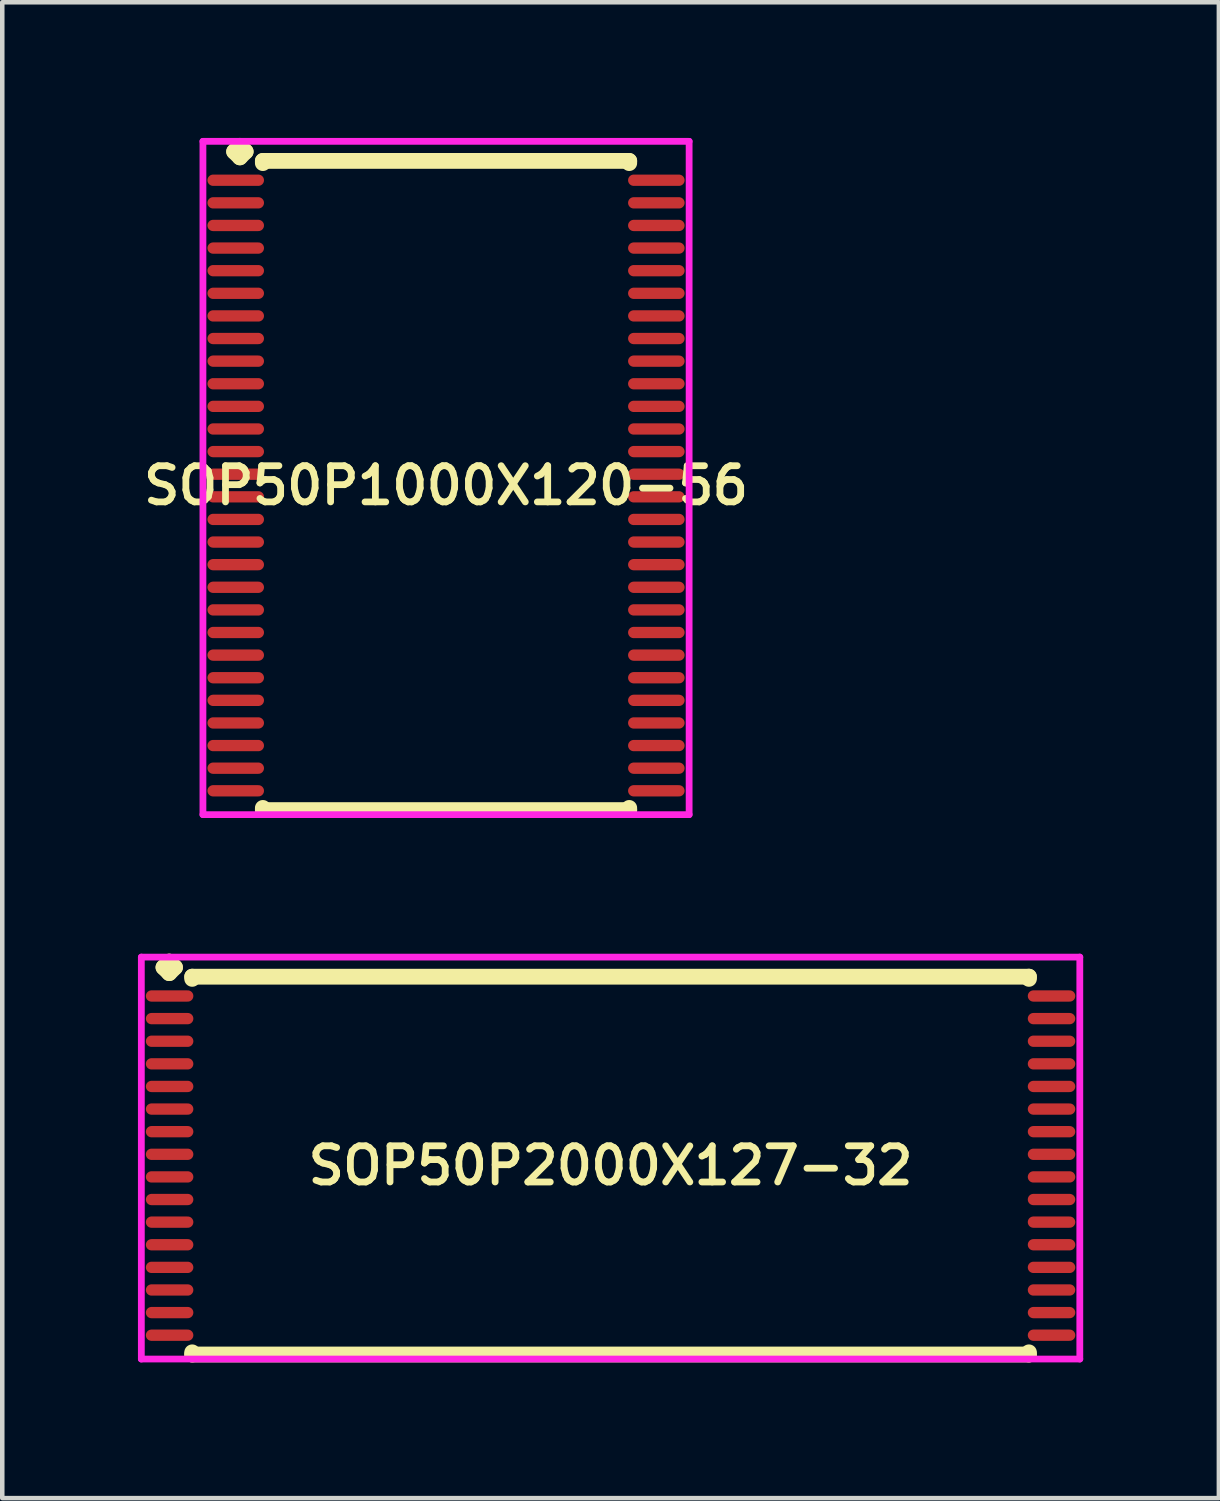
<source format=kicad_pcb>
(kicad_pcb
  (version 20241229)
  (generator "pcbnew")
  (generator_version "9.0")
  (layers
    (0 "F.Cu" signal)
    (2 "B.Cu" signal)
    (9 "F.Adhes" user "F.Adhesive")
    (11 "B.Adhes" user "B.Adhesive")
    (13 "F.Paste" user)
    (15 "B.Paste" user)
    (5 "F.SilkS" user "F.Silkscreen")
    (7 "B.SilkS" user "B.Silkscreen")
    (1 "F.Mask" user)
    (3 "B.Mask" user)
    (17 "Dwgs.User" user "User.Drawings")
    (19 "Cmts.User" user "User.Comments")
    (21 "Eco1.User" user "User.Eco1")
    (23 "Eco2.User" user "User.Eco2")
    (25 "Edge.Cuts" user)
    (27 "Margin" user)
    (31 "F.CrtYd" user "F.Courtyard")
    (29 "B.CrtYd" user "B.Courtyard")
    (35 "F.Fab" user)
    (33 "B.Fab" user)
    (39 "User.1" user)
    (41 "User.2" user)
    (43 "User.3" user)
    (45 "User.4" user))
  (footprint "SOP50P1000X120-56"
    (layer "F.Cu")
    (at 6.812 7.685)
    (property "Reference" "SOP50P1000X120-56" (at 0 0 0) (layer "F.SilkS") (effects (font (size 0.8 0.8) (thickness 0.15))))
    (attr smd)
    (fp_line (start -4.685 -7.383) (end -4.558 -7.51) (stroke (width 0.35) (type solid)) (layer "F.SilkS"))
    (fp_line (start -4.558 -7.51) (end -4.431 -7.383) (stroke (width 0.35) (type solid)) (layer "F.SilkS"))
    (fp_line (start -4.558 -7.256) (end -4.685 -7.383) (stroke (width 0.35) (type solid)) (layer "F.SilkS"))
    (fp_line (start -4.431 -7.383) (end -4.558 -7.256) (stroke (width 0.35) (type solid)) (layer "F.SilkS"))
    (fp_line (start -4.05 -7.177) (end 4.05 -7.177) (stroke (width 0.35) (type solid)) (layer "F.SilkS"))
    (fp_line (start -4.05 -7.129) (end -4.05 -7.177) (stroke (width 0.35) (type solid)) (layer "F.SilkS"))
    (fp_line (start -4.05 7.129) (end -4.05 7.177) (stroke (width 0.35) (type solid)) (layer "F.SilkS"))
    (fp_line (start -4.05 7.177) (end 4.05 7.177) (stroke (width 0.35) (type solid)) (layer "F.SilkS"))
    (fp_line (start 4.05 -7.177) (end 4.05 -7.129) (stroke (width 0.35) (type solid)) (layer "F.SilkS"))
    (fp_line (start 4.05 7.177) (end 4.05 7.129) (stroke (width 0.35) (type solid)) (layer "F.SilkS"))
    (fp_line (start -5.375 -7.61) (end 5.375 -7.61) (stroke (width 0.15) (type solid)) (layer "F.CrtYd"))
    (fp_line (start -5.375 7.277) (end -5.375 -7.61) (stroke (width 0.15) (type solid)) (layer "F.CrtYd"))
    (fp_line (start 5.375 -7.61) (end 5.375 7.277) (stroke (width 0.15) (type solid)) (layer "F.CrtYd"))
    (fp_line (start 5.375 7.277) (end -5.375 7.277) (stroke (width 0.15) (type solid)) (layer "F.CrtYd"))
    (pad "1" smd oval (at -4.65 -6.75) (size 1.25 0.25) (layers "F.Cu" "F.Mask" "F.Paste"))
    (pad "2" smd oval (at -4.65 -6.25) (size 1.25 0.25) (layers "F.Cu" "F.Mask" "F.Paste"))
    (pad "3" smd oval (at -4.65 -5.75) (size 1.25 0.25) (layers "F.Cu" "F.Mask" "F.Paste"))
    (pad "4" smd oval (at -4.65 -5.25) (size 1.25 0.25) (layers "F.Cu" "F.Mask" "F.Paste"))
    (pad "5" smd oval (at -4.65 -4.75) (size 1.25 0.25) (layers "F.Cu" "F.Mask" "F.Paste"))
    (pad "6" smd oval (at -4.65 -4.25) (size 1.25 0.25) (layers "F.Cu" "F.Mask" "F.Paste"))
    (pad "7" smd oval (at -4.65 -3.75) (size 1.25 0.25) (layers "F.Cu" "F.Mask" "F.Paste"))
    (pad "8" smd oval (at -4.65 -3.25) (size 1.25 0.25) (layers "F.Cu" "F.Mask" "F.Paste"))
    (pad "9" smd oval (at -4.65 -2.75) (size 1.25 0.25) (layers "F.Cu" "F.Mask" "F.Paste"))
    (pad "10" smd oval (at -4.65 -2.25) (size 1.25 0.25) (layers "F.Cu" "F.Mask" "F.Paste"))
    (pad "11" smd oval (at -4.65 -1.75) (size 1.25 0.25) (layers "F.Cu" "F.Mask" "F.Paste"))
    (pad "12" smd oval (at -4.65 -1.25) (size 1.25 0.25) (layers "F.Cu" "F.Mask" "F.Paste"))
    (pad "13" smd oval (at -4.65 -0.75) (size 1.25 0.25) (layers "F.Cu" "F.Mask" "F.Paste"))
    (pad "14" smd oval (at -4.65 -0.25) (size 1.25 0.25) (layers "F.Cu" "F.Mask" "F.Paste"))
    (pad "15" smd oval (at -4.65 0.25) (size 1.25 0.25) (layers "F.Cu" "F.Mask" "F.Paste"))
    (pad "16" smd oval (at -4.65 0.75) (size 1.25 0.25) (layers "F.Cu" "F.Mask" "F.Paste"))
    (pad "17" smd oval (at -4.65 1.25) (size 1.25 0.25) (layers "F.Cu" "F.Mask" "F.Paste"))
    (pad "18" smd oval (at -4.65 1.75) (size 1.25 0.25) (layers "F.Cu" "F.Mask" "F.Paste"))
    (pad "19" smd oval (at -4.65 2.25) (size 1.25 0.25) (layers "F.Cu" "F.Mask" "F.Paste"))
    (pad "20" smd oval (at -4.65 2.75) (size 1.25 0.25) (layers "F.Cu" "F.Mask" "F.Paste"))
    (pad "21" smd oval (at -4.65 3.25) (size 1.25 0.25) (layers "F.Cu" "F.Mask" "F.Paste"))
    (pad "22" smd oval (at -4.65 3.75) (size 1.25 0.25) (layers "F.Cu" "F.Mask" "F.Paste"))
    (pad "23" smd oval (at -4.65 4.25) (size 1.25 0.25) (layers "F.Cu" "F.Mask" "F.Paste"))
    (pad "24" smd oval (at -4.65 4.75) (size 1.25 0.25) (layers "F.Cu" "F.Mask" "F.Paste"))
    (pad "25" smd oval (at -4.65 5.25) (size 1.25 0.25) (layers "F.Cu" "F.Mask" "F.Paste"))
    (pad "26" smd oval (at -4.65 5.75) (size 1.25 0.25) (layers "F.Cu" "F.Mask" "F.Paste"))
    (pad "27" smd oval (at -4.65 6.25) (size 1.25 0.25) (layers "F.Cu" "F.Mask" "F.Paste"))
    (pad "28" smd oval (at -4.65 6.75) (size 1.25 0.25) (layers "F.Cu" "F.Mask" "F.Paste"))
    (pad "29" smd oval (at 4.65 6.75) (size 1.25 0.25) (layers "F.Cu" "F.Mask" "F.Paste"))
    (pad "30" smd oval (at 4.65 6.25) (size 1.25 0.25) (layers "F.Cu" "F.Mask" "F.Paste"))
    (pad "31" smd oval (at 4.65 5.75) (size 1.25 0.25) (layers "F.Cu" "F.Mask" "F.Paste"))
    (pad "32" smd oval (at 4.65 5.25) (size 1.25 0.25) (layers "F.Cu" "F.Mask" "F.Paste"))
    (pad "33" smd oval (at 4.65 4.75) (size 1.25 0.25) (layers "F.Cu" "F.Mask" "F.Paste"))
    (pad "34" smd oval (at 4.65 4.25) (size 1.25 0.25) (layers "F.Cu" "F.Mask" "F.Paste"))
    (pad "35" smd oval (at 4.65 3.75) (size 1.25 0.25) (layers "F.Cu" "F.Mask" "F.Paste"))
    (pad "36" smd oval (at 4.65 3.25) (size 1.25 0.25) (layers "F.Cu" "F.Mask" "F.Paste"))
    (pad "37" smd oval (at 4.65 2.75) (size 1.25 0.25) (layers "F.Cu" "F.Mask" "F.Paste"))
    (pad "38" smd oval (at 4.65 2.25) (size 1.25 0.25) (layers "F.Cu" "F.Mask" "F.Paste"))
    (pad "39" smd oval (at 4.65 1.75) (size 1.25 0.25) (layers "F.Cu" "F.Mask" "F.Paste"))
    (pad "40" smd oval (at 4.65 1.25) (size 1.25 0.25) (layers "F.Cu" "F.Mask" "F.Paste"))
    (pad "41" smd oval (at 4.65 0.75) (size 1.25 0.25) (layers "F.Cu" "F.Mask" "F.Paste"))
    (pad "42" smd oval (at 4.65 0.25) (size 1.25 0.25) (layers "F.Cu" "F.Mask" "F.Paste"))
    (pad "43" smd oval (at 4.65 -0.25) (size 1.25 0.25) (layers "F.Cu" "F.Mask" "F.Paste"))
    (pad "44" smd oval (at 4.65 -0.75) (size 1.25 0.25) (layers "F.Cu" "F.Mask" "F.Paste"))
    (pad "45" smd oval (at 4.65 -1.25) (size 1.25 0.25) (layers "F.Cu" "F.Mask" "F.Paste"))
    (pad "46" smd oval (at 4.65 -1.75) (size 1.25 0.25) (layers "F.Cu" "F.Mask" "F.Paste"))
    (pad "47" smd oval (at 4.65 -2.25) (size 1.25 0.25) (layers "F.Cu" "F.Mask" "F.Paste"))
    (pad "48" smd oval (at 4.65 -2.75) (size 1.25 0.25) (layers "F.Cu" "F.Mask" "F.Paste"))
    (pad "49" smd oval (at 4.65 -3.25) (size 1.25 0.25) (layers "F.Cu" "F.Mask" "F.Paste"))
    (pad "50" smd oval (at 4.65 -3.75) (size 1.25 0.25) (layers "F.Cu" "F.Mask" "F.Paste"))
    (pad "51" smd oval (at 4.65 -4.25) (size 1.25 0.25) (layers "F.Cu" "F.Mask" "F.Paste"))
    (pad "52" smd oval (at 4.65 -4.75) (size 1.25 0.25) (layers "F.Cu" "F.Mask" "F.Paste"))
    (pad "53" smd oval (at 4.65 -5.25) (size 1.25 0.25) (layers "F.Cu" "F.Mask" "F.Paste"))
    (pad "54" smd oval (at 4.65 -5.75) (size 1.25 0.25) (layers "F.Cu" "F.Mask" "F.Paste"))
    (pad "55" smd oval (at 4.65 -6.25) (size 1.25 0.25) (layers "F.Cu" "F.Mask" "F.Paste"))
    (pad "56" smd oval (at 4.65 -6.75) (size 1.25 0.25) (layers "F.Cu" "F.Mask" "F.Paste")))
  (footprint "SOP50P2000X127-32"
    (layer "F.Cu")
    (at 10.45 22.722)
    (property "Reference" "SOP50P2000X127-32" (at 0 0 0) (layer "F.SilkS") (effects (font (size 0.8 0.8) (thickness 0.15))))
    (attr smd)
    (fp_line (start -9.885 -4.383) (end -9.758 -4.51) (stroke (width 0.35) (type solid)) (layer "F.SilkS"))
    (fp_line (start -9.758 -4.51) (end -9.631 -4.383) (stroke (width 0.35) (type solid)) (layer "F.SilkS"))
    (fp_line (start -9.758 -4.256) (end -9.885 -4.383) (stroke (width 0.35) (type solid)) (layer "F.SilkS"))
    (fp_line (start -9.631 -4.383) (end -9.758 -4.256) (stroke (width 0.35) (type solid)) (layer "F.SilkS"))
    (fp_line (start -9.25 -4.177) (end 9.25 -4.177) (stroke (width 0.35) (type solid)) (layer "F.SilkS"))
    (fp_line (start -9.25 -4.129) (end -9.25 -4.177) (stroke (width 0.35) (type solid)) (layer "F.SilkS"))
    (fp_line (start -9.25 4.129) (end -9.25 4.177) (stroke (width 0.35) (type solid)) (layer "F.SilkS"))
    (fp_line (start -9.25 4.177) (end 9.25 4.177) (stroke (width 0.35) (type solid)) (layer "F.SilkS"))
    (fp_line (start 9.25 -4.177) (end 9.25 -4.129) (stroke (width 0.35) (type solid)) (layer "F.SilkS"))
    (fp_line (start 9.25 4.177) (end 9.25 4.129) (stroke (width 0.35) (type solid)) (layer "F.SilkS"))
    (fp_line (start -10.375 -4.61) (end 10.375 -4.61) (stroke (width 0.15) (type solid)) (layer "F.CrtYd"))
    (fp_line (start -10.375 4.277) (end -10.375 -4.61) (stroke (width 0.15) (type solid)) (layer "F.CrtYd"))
    (fp_line (start 10.375 -4.61) (end 10.375 4.277) (stroke (width 0.15) (type solid)) (layer "F.CrtYd"))
    (fp_line (start 10.375 4.277) (end -10.375 4.277) (stroke (width 0.15) (type solid)) (layer "F.CrtYd"))
    (pad "1" smd oval (at -9.75 -3.75) (size 1.05 0.25) (layers "F.Cu" "F.Mask" "F.Paste"))
    (pad "2" smd oval (at -9.75 -3.25) (size 1.05 0.25) (layers "F.Cu" "F.Mask" "F.Paste"))
    (pad "3" smd oval (at -9.75 -2.75) (size 1.05 0.25) (layers "F.Cu" "F.Mask" "F.Paste"))
    (pad "4" smd oval (at -9.75 -2.25) (size 1.05 0.25) (layers "F.Cu" "F.Mask" "F.Paste"))
    (pad "5" smd oval (at -9.75 -1.75) (size 1.05 0.25) (layers "F.Cu" "F.Mask" "F.Paste"))
    (pad "6" smd oval (at -9.75 -1.25) (size 1.05 0.25) (layers "F.Cu" "F.Mask" "F.Paste"))
    (pad "7" smd oval (at -9.75 -0.75) (size 1.05 0.25) (layers "F.Cu" "F.Mask" "F.Paste"))
    (pad "8" smd oval (at -9.75 -0.25) (size 1.05 0.25) (layers "F.Cu" "F.Mask" "F.Paste"))
    (pad "9" smd oval (at -9.75 0.25) (size 1.05 0.25) (layers "F.Cu" "F.Mask" "F.Paste"))
    (pad "10" smd oval (at -9.75 0.75) (size 1.05 0.25) (layers "F.Cu" "F.Mask" "F.Paste"))
    (pad "11" smd oval (at -9.75 1.25) (size 1.05 0.25) (layers "F.Cu" "F.Mask" "F.Paste"))
    (pad "12" smd oval (at -9.75 1.75) (size 1.05 0.25) (layers "F.Cu" "F.Mask" "F.Paste"))
    (pad "13" smd oval (at -9.75 2.25) (size 1.05 0.25) (layers "F.Cu" "F.Mask" "F.Paste"))
    (pad "14" smd oval (at -9.75 2.75) (size 1.05 0.25) (layers "F.Cu" "F.Mask" "F.Paste"))
    (pad "15" smd oval (at -9.75 3.25) (size 1.05 0.25) (layers "F.Cu" "F.Mask" "F.Paste"))
    (pad "16" smd oval (at -9.75 3.75) (size 1.05 0.25) (layers "F.Cu" "F.Mask" "F.Paste"))
    (pad "17" smd oval (at 9.75 3.75) (size 1.05 0.25) (layers "F.Cu" "F.Mask" "F.Paste"))
    (pad "18" smd oval (at 9.75 3.25) (size 1.05 0.25) (layers "F.Cu" "F.Mask" "F.Paste"))
    (pad "19" smd oval (at 9.75 2.75) (size 1.05 0.25) (layers "F.Cu" "F.Mask" "F.Paste"))
    (pad "20" smd oval (at 9.75 2.25) (size 1.05 0.25) (layers "F.Cu" "F.Mask" "F.Paste"))
    (pad "21" smd oval (at 9.75 1.75) (size 1.05 0.25) (layers "F.Cu" "F.Mask" "F.Paste"))
    (pad "22" smd oval (at 9.75 1.25) (size 1.05 0.25) (layers "F.Cu" "F.Mask" "F.Paste"))
    (pad "23" smd oval (at 9.75 0.75) (size 1.05 0.25) (layers "F.Cu" "F.Mask" "F.Paste"))
    (pad "24" smd oval (at 9.75 0.25) (size 1.05 0.25) (layers "F.Cu" "F.Mask" "F.Paste"))
    (pad "25" smd oval (at 9.75 -0.25) (size 1.05 0.25) (layers "F.Cu" "F.Mask" "F.Paste"))
    (pad "26" smd oval (at 9.75 -0.75) (size 1.05 0.25) (layers "F.Cu" "F.Mask" "F.Paste"))
    (pad "27" smd oval (at 9.75 -1.25) (size 1.05 0.25) (layers "F.Cu" "F.Mask" "F.Paste"))
    (pad "28" smd oval (at 9.75 -1.75) (size 1.05 0.25) (layers "F.Cu" "F.Mask" "F.Paste"))
    (pad "29" smd oval (at 9.75 -2.25) (size 1.05 0.25) (layers "F.Cu" "F.Mask" "F.Paste"))
    (pad "30" smd oval (at 9.75 -2.75) (size 1.05 0.25) (layers "F.Cu" "F.Mask" "F.Paste"))
    (pad "31" smd oval (at 9.75 -3.25) (size 1.05 0.25) (layers "F.Cu" "F.Mask" "F.Paste"))
    (pad "32" smd oval (at 9.75 -3.75) (size 1.05 0.25) (layers "F.Cu" "F.Mask" "F.Paste")))
  (gr_rect
    (start -3 -3)
    (end 23.9 30.074)
    (stroke (width 0.1) (type default))
    (fill no)
    (layer "Edge.Cuts")))
</source>
